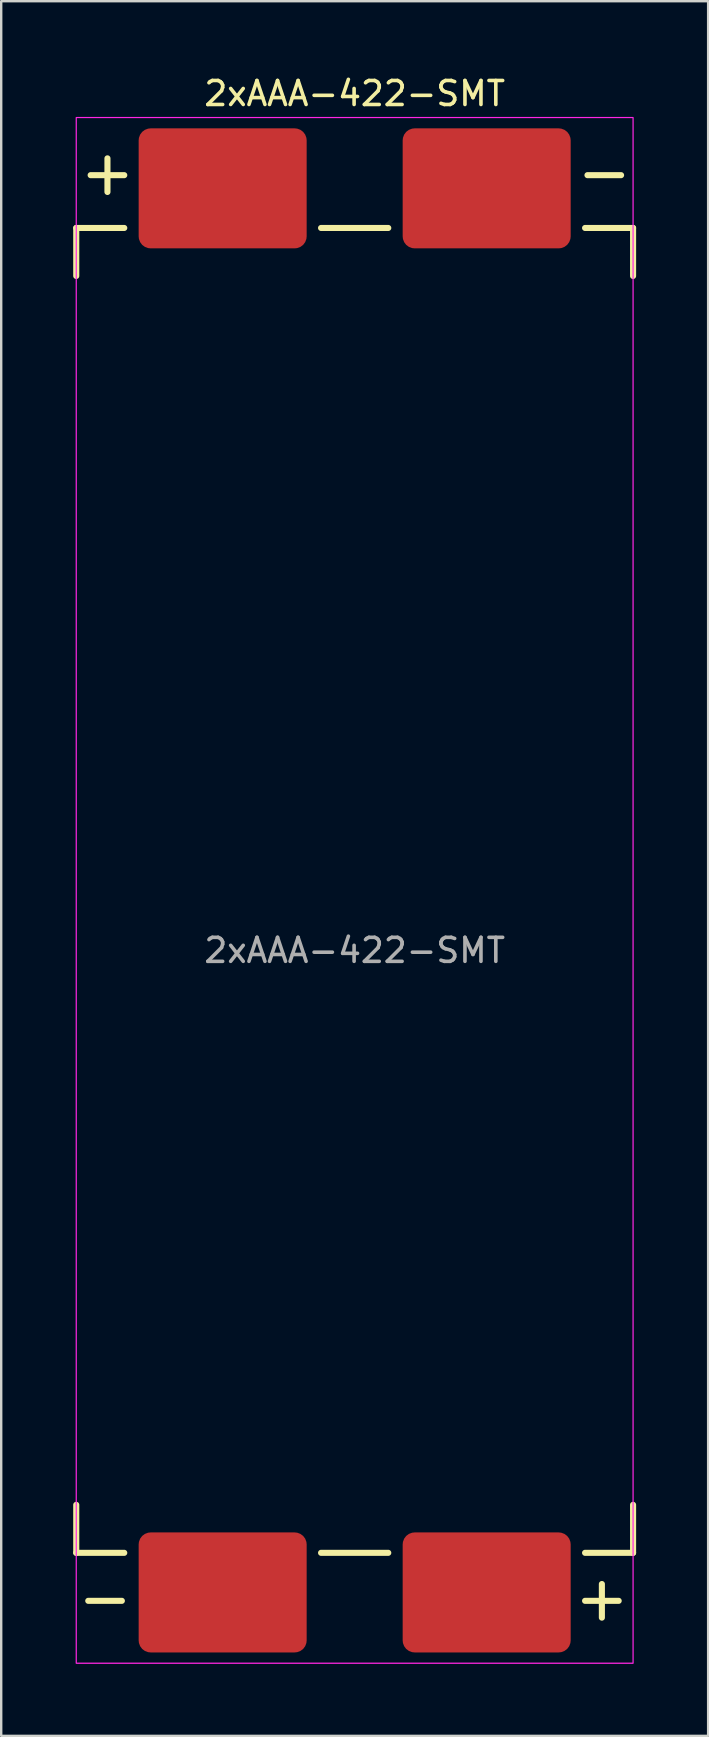
<source format=kicad_pcb>
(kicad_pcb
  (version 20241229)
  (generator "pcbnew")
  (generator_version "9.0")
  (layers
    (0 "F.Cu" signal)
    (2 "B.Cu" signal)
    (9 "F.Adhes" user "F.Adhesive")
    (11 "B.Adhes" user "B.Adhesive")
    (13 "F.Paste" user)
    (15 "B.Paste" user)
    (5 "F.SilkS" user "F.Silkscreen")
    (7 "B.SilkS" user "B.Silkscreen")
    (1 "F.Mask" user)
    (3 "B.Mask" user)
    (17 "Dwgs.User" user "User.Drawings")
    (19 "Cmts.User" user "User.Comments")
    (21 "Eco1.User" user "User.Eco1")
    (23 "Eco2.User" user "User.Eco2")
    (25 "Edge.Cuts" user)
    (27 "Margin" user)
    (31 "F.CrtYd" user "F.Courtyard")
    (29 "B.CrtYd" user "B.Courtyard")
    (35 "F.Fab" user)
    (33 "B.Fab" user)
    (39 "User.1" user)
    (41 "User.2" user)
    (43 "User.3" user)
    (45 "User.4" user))
  (footprint "2xAAA-422-SMT"
    (layer "F.Cu")
    (at 11.727 34.048)
    (property "Reference" "2xAAA-422-SMT" (at 0 -33.2 0) (unlocked yes) (layer "F.SilkS") (effects (font (size 1 1) (thickness 0.15))))
    (attr smd)
    (fp_line (start -11.6 -27.6) (end -11.6 -25.6) (stroke (width 0.254) (type solid)) (layer "F.SilkS"))
    (fp_line (start -11.6 -27.6) (end -9.6 -27.6) (stroke (width 0.254) (type solid)) (layer "F.SilkS"))
    (fp_line (start -11.6 27.6) (end -11.6 25.6) (stroke (width 0.254) (type solid)) (layer "F.SilkS"))
    (fp_line (start -11 -29.8) (end -9.6 -29.8) (stroke (width 0.254) (type solid)) (layer "F.SilkS"))
    (fp_line (start -10.3 -29.1) (end -10.3 -30.5) (stroke (width 0.254) (type solid)) (layer "F.SilkS"))
    (fp_line (start -9.7 29.6) (end -11.1 29.6) (stroke (width 0.254) (type solid)) (layer "F.SilkS"))
    (fp_line (start -9.6 27.6) (end -11.6 27.6) (stroke (width 0.254) (type solid)) (layer "F.SilkS"))
    (fp_line (start -1.4 -27.6) (end 1.4 -27.6) (stroke (width 0.254) (type solid)) (layer "F.SilkS"))
    (fp_line (start 1.4 27.6) (end -1.4 27.6) (stroke (width 0.254) (type solid)) (layer "F.SilkS"))
    (fp_line (start 9.6 -27.6) (end 11.6 -27.6) (stroke (width 0.254) (type solid)) (layer "F.SilkS"))
    (fp_line (start 9.7 -29.8) (end 11.1 -29.8) (stroke (width 0.254) (type solid)) (layer "F.SilkS"))
    (fp_line (start 10.3 28.9) (end 10.3 30.3) (stroke (width 0.254) (type solid)) (layer "F.SilkS"))
    (fp_line (start 11 29.6) (end 9.6 29.6) (stroke (width 0.254) (type solid)) (layer "F.SilkS"))
    (fp_line (start 11.6 -27.6) (end 11.6 -25.6) (stroke (width 0.254) (type solid)) (layer "F.SilkS"))
    (fp_line (start 11.6 27.6) (end 9.6 27.6) (stroke (width 0.254) (type solid)) (layer "F.SilkS"))
    (fp_line (start 11.6 27.6) (end 11.6 25.6) (stroke (width 0.254) (type solid)) (layer "F.SilkS"))
    (fp_rect (start -11.6 -32.2) (end 11.6 32.2) (stroke (width 0.05) (type solid)) (fill no) (layer "F.CrtYd"))
    (fp_text user "${REFERENCE}" (at 0 2.5 0) (unlocked yes) (layer "F.Fab") (effects (font (size 1 1) (thickness 0.15))))
    (pad "1" smd roundrect (at 5.5 -29.25) (size 7 5) (layers "F.Cu" "F.Mask" "F.Paste") (roundrect_rratio 0.1))
    (pad "2" smd roundrect (at -5.5 29.25) (size 7 5) (layers "F.Cu" "F.Mask" "F.Paste") (roundrect_rratio 0.1))
    (pad "2" smd roundrect (at 5.5 29.25) (size 7 5) (layers "F.Cu" "F.Mask" "F.Paste") (roundrect_rratio 0.1))
    (pad "3" smd roundrect (at -5.5 -29.25) (size 7 5) (layers "F.Cu" "F.Mask" "F.Paste") (roundrect_rratio 0.1)))
  (gr_rect
    (start -3 -3)
    (end 26.454 69.273)
    (stroke (width 0.1) (type default))
    (fill no)
    (layer "Edge.Cuts")))
</source>
